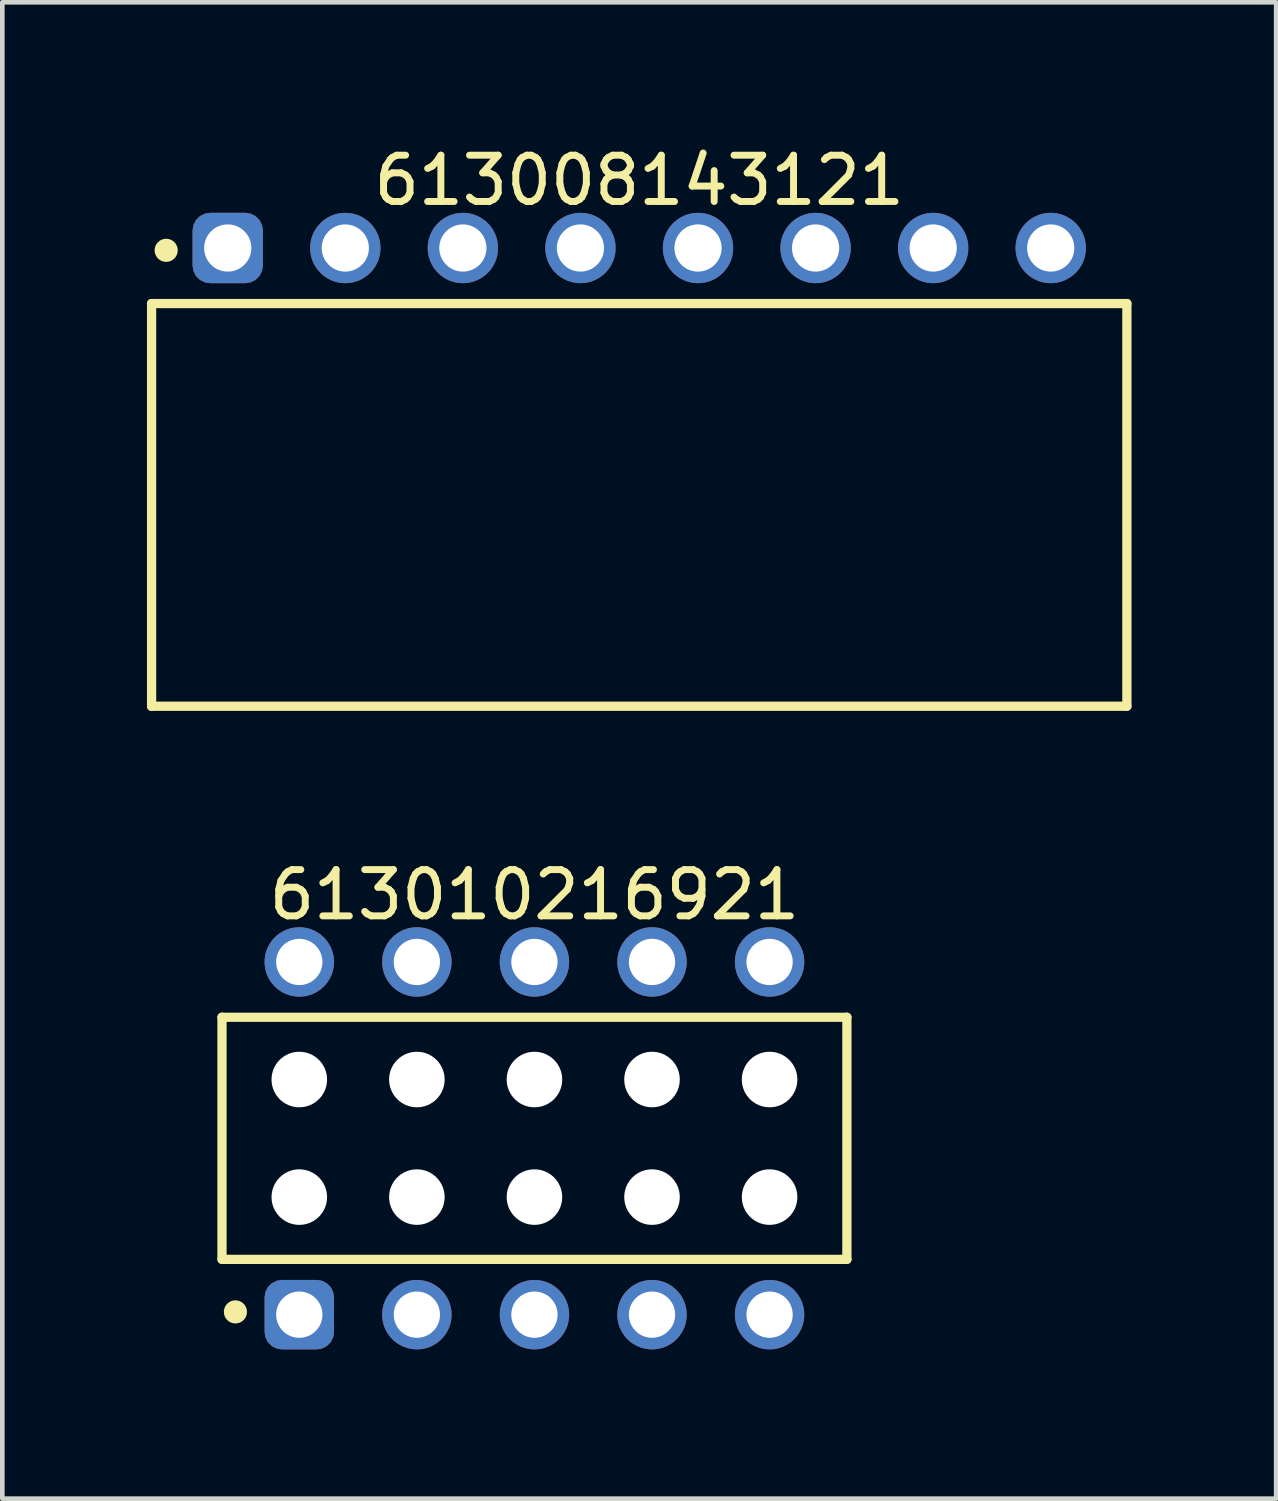
<source format=kicad_pcb>
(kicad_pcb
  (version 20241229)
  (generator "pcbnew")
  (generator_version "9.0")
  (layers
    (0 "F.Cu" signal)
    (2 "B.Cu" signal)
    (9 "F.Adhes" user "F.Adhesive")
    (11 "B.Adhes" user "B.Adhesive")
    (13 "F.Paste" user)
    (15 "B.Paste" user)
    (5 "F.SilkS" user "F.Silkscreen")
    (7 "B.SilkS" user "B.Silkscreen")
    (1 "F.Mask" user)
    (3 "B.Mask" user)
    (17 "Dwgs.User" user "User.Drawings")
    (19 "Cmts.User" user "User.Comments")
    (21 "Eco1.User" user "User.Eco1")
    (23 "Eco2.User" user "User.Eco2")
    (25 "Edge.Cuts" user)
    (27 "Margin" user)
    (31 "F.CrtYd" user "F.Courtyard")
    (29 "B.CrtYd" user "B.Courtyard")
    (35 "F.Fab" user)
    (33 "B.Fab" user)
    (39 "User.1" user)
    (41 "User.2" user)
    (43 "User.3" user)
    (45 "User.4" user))
  (footprint "613010216921"
    (layer "F.Cu")
    (at 8.496 21.542)
    (property "Reference" "613010216921" (at 0 -5.26 0) (layer "F.SilkS") (effects (font (size 1 1) (thickness 0.15))))
    (fp_line (start -6.75 -2.615) (end 6.75 -2.615) (stroke (width 0.2) (type solid)) (layer "F.SilkS"))
    (fp_line (start -6.75 2.615) (end -6.75 -2.615) (stroke (width 0.2) (type solid)) (layer "F.SilkS"))
    (fp_line (start -6.75 2.615) (end 6.75 2.615) (stroke (width 0.2) (type solid)) (layer "F.SilkS"))
    (fp_line (start 6.75 2.615) (end 6.75 -2.615) (stroke (width 0.2) (type solid)) (layer "F.SilkS"))
    (fp_circle (center -6.46 3.75) (end -6.46 3.625) (stroke (width 0.25) (type solid)) (fill no) (layer "F.SilkS"))
    (fp_line (start -6.95 -4.76) (end 6.95 -4.76) (stroke (width 0.05) (type solid)) (layer "Eco2.User"))
    (fp_line (start -6.95 4.76) (end -6.95 -4.76) (stroke (width 0.05) (type solid)) (layer "Eco2.User"))
    (fp_line (start -6.95 4.76) (end 6.95 4.76) (stroke (width 0.05) (type solid)) (layer "Eco2.User"))
    (fp_line (start -6.6 -2.54) (end 6.6 -2.54) (stroke (width 0.1) (type solid)) (layer "Eco2.User"))
    (fp_line (start -6.6 2.54) (end -6.6 -2.54) (stroke (width 0.1) (type solid)) (layer "Eco2.User"))
    (fp_line (start -6.6 2.54) (end 6.6 2.54) (stroke (width 0.1) (type solid)) (layer "Eco2.User"))
    (fp_line (start -5.48 -3.935) (end -4.68 -3.935) (stroke (width 0.1) (type solid)) (layer "Eco2.User"))
    (fp_line (start -5.48 -2.54) (end -5.48 -3.935) (stroke (width 0.1) (type solid)) (layer "Eco2.User"))
    (fp_line (start -5.48 3.935) (end -5.48 2.54) (stroke (width 0.1) (type solid)) (layer "Eco2.User"))
    (fp_line (start -5.48 3.935) (end -4.68 3.935) (stroke (width 0.1) (type solid)) (layer "Eco2.User"))
    (fp_line (start -4.68 -2.54) (end -4.68 -3.935) (stroke (width 0.1) (type solid)) (layer "Eco2.User"))
    (fp_line (start -4.68 3.935) (end -4.68 2.54) (stroke (width 0.1) (type solid)) (layer "Eco2.User"))
    (fp_line (start -2.94 -3.935) (end -2.14 -3.935) (stroke (width 0.1) (type solid)) (layer "Eco2.User"))
    (fp_line (start -2.94 -2.54) (end -2.94 -3.935) (stroke (width 0.1) (type solid)) (layer "Eco2.User"))
    (fp_line (start -2.94 3.935) (end -2.94 2.54) (stroke (width 0.1) (type solid)) (layer "Eco2.User"))
    (fp_line (start -2.94 3.935) (end -2.14 3.935) (stroke (width 0.1) (type solid)) (layer "Eco2.User"))
    (fp_line (start -2.14 -2.54) (end -2.14 -3.935) (stroke (width 0.1) (type solid)) (layer "Eco2.User"))
    (fp_line (start -2.14 3.935) (end -2.14 2.54) (stroke (width 0.1) (type solid)) (layer "Eco2.User"))
    (fp_line (start -0.5 0) (end 0.5 0) (stroke (width 0.05) (type solid)) (layer "Eco2.User"))
    (fp_line (start -0.4 -3.935) (end 0.4 -3.935) (stroke (width 0.1) (type solid)) (layer "Eco2.User"))
    (fp_line (start -0.4 -2.54) (end -0.4 -3.935) (stroke (width 0.1) (type solid)) (layer "Eco2.User"))
    (fp_line (start -0.4 3.935) (end -0.4 2.54) (stroke (width 0.1) (type solid)) (layer "Eco2.User"))
    (fp_line (start -0.4 3.935) (end 0.4 3.935) (stroke (width 0.1) (type solid)) (layer "Eco2.User"))
    (fp_line (start 0 0.5) (end 0 -0.5) (stroke (width 0.05) (type solid)) (layer "Eco2.User"))
    (fp_line (start 0.4 -2.54) (end 0.4 -3.935) (stroke (width 0.1) (type solid)) (layer "Eco2.User"))
    (fp_line (start 0.4 3.935) (end 0.4 2.54) (stroke (width 0.1) (type solid)) (layer "Eco2.User"))
    (fp_line (start 2.14 -3.935) (end 2.94 -3.935) (stroke (width 0.1) (type solid)) (layer "Eco2.User"))
    (fp_line (start 2.14 -2.54) (end 2.14 -3.935) (stroke (width 0.1) (type solid)) (layer "Eco2.User"))
    (fp_line (start 2.14 3.935) (end 2.14 2.54) (stroke (width 0.1) (type solid)) (layer "Eco2.User"))
    (fp_line (start 2.14 3.935) (end 2.94 3.935) (stroke (width 0.1) (type solid)) (layer "Eco2.User"))
    (fp_line (start 2.94 -2.54) (end 2.94 -3.935) (stroke (width 0.1) (type solid)) (layer "Eco2.User"))
    (fp_line (start 2.94 3.935) (end 2.94 2.54) (stroke (width 0.1) (type solid)) (layer "Eco2.User"))
    (fp_line (start 4.68 -3.935) (end 5.48 -3.935) (stroke (width 0.1) (type solid)) (layer "Eco2.User"))
    (fp_line (start 4.68 -2.54) (end 4.68 -3.935) (stroke (width 0.1) (type solid)) (layer "Eco2.User"))
    (fp_line (start 4.68 3.935) (end 4.68 2.54) (stroke (width 0.1) (type solid)) (layer "Eco2.User"))
    (fp_line (start 4.68 3.935) (end 5.48 3.935) (stroke (width 0.1) (type solid)) (layer "Eco2.User"))
    (fp_line (start 5.48 -2.54) (end 5.48 -3.935) (stroke (width 0.1) (type solid)) (layer "Eco2.User"))
    (fp_line (start 5.48 3.935) (end 5.48 2.54) (stroke (width 0.1) (type solid)) (layer "Eco2.User"))
    (fp_line (start 6.6 2.54) (end 6.6 -2.54) (stroke (width 0.1) (type solid)) (layer "Eco2.User"))
    (fp_line (start 6.95 4.76) (end 6.95 -4.76) (stroke (width 0.05) (type solid)) (layer "Eco2.User"))
    (fp_text user "${REFERENCE}" (at 0.15 -0.197 0) (unlocked yes) (layer "User.3") (effects (font (size 1.5 1.5) (thickness 0.15))))
    (pad "" np_thru_hole circle (at -5.08 -1.27) (size 1.2 1.2) (drill 1.2) (layers "*.Cu" "*.Mask"))
    (pad "" np_thru_hole circle (at -5.08 1.27) (size 1.2 1.2) (drill 1.2) (layers "*.Cu" "*.Mask"))
    (pad "" np_thru_hole circle (at -2.54 -1.27) (size 1.2 1.2) (drill 1.2) (layers "*.Cu" "*.Mask"))
    (pad "" np_thru_hole circle (at -2.54 1.27) (size 1.2 1.2) (drill 1.2) (layers "*.Cu" "*.Mask"))
    (pad "" np_thru_hole circle (at 0 -1.27) (size 1.2 1.2) (drill 1.2) (layers "*.Cu" "*.Mask"))
    (pad "" np_thru_hole circle (at 0 1.27) (size 1.2 1.2) (drill 1.2) (layers "*.Cu" "*.Mask"))
    (pad "" np_thru_hole circle (at 2.54 -1.27) (size 1.2 1.2) (drill 1.2) (layers "*.Cu" "*.Mask"))
    (pad "" np_thru_hole circle (at 2.54 1.27) (size 1.2 1.2) (drill 1.2) (layers "*.Cu" "*.Mask"))
    (pad "" np_thru_hole circle (at 5.08 -1.27) (size 1.2 1.2) (drill 1.2) (layers "*.Cu" "*.Mask"))
    (pad "" np_thru_hole circle (at 5.08 1.27) (size 1.2 1.2) (drill 1.2) (layers "*.Cu" "*.Mask"))
    (pad "1" thru_hole roundrect (at -5.08 3.81) (size 1.5 1.5) (drill 1) (layers "*.Cu" "*.Mask") (roundrect_rratio 0.25))
    (pad "2" thru_hole circle (at -5.08 -3.81) (size 1.5 1.5) (drill 1) (layers "*.Cu" "*.Mask"))
    (pad "3" thru_hole circle (at -2.54 3.81) (size 1.5 1.5) (drill 1) (layers "*.Cu" "*.Mask"))
    (pad "4" thru_hole circle (at -2.54 -3.81) (size 1.5 1.5) (drill 1) (layers "*.Cu" "*.Mask"))
    (pad "5" thru_hole circle (at 0 3.81) (size 1.5 1.5) (drill 1) (layers "*.Cu" "*.Mask"))
    (pad "6" thru_hole circle (at 0 -3.81) (size 1.5 1.5) (drill 1) (layers "*.Cu" "*.Mask"))
    (pad "7" thru_hole circle (at 2.54 3.81) (size 1.5 1.5) (drill 1) (layers "*.Cu" "*.Mask"))
    (pad "8" thru_hole circle (at 2.54 -3.81) (size 1.5 1.5) (drill 1) (layers "*.Cu" "*.Mask"))
    (pad "9" thru_hole circle (at 5.08 3.81) (size 1.5 1.5) (drill 1) (layers "*.Cu" "*.Mask"))
    (pad "10" thru_hole circle (at 5.08 -3.81) (size 1.5 1.5) (drill 1) (layers "*.Cu" "*.Mask")))
  (footprint "613008143121"
    (layer "F.Cu")
    (at 10.76 7.858)
    (property "Reference" "613008143121" (at 0 -7.01 0) (layer "F.SilkS") (effects (font (size 1 1) (thickness 0.15))))
    (fp_line (start -10.535 -4.35) (end 10.535 -4.35) (stroke (width 0.2) (type solid)) (layer "F.SilkS"))
    (fp_line (start -10.535 4.35) (end -10.535 -4.35) (stroke (width 0.2) (type solid)) (layer "F.SilkS"))
    (fp_line (start -10.535 4.35) (end 10.535 4.35) (stroke (width 0.2) (type solid)) (layer "F.SilkS"))
    (fp_line (start 10.535 4.35) (end 10.535 -4.35) (stroke (width 0.2) (type solid)) (layer "F.SilkS"))
    (fp_circle (center -10.22 -5.5) (end -10.22 -5.625) (stroke (width 0.25) (type solid)) (fill no) (layer "F.SilkS"))
    (fp_line (start -10.735 -6.51) (end 10.735 -6.51) (stroke (width 0.05) (type solid)) (layer "Eco2.User"))
    (fp_line (start -10.735 4.55) (end -10.735 -6.51) (stroke (width 0.05) (type solid)) (layer "Eco2.User"))
    (fp_line (start -10.735 4.55) (end 10.735 4.55) (stroke (width 0.05) (type solid)) (layer "Eco2.User"))
    (fp_line (start -10.41 -4.25) (end 10.41 -4.25) (stroke (width 0.1) (type solid)) (layer "Eco2.User"))
    (fp_line (start -10.41 4.25) (end -10.41 -4.25) (stroke (width 0.1) (type solid)) (layer "Eco2.User"))
    (fp_line (start -10.41 4.25) (end 10.41 4.25) (stroke (width 0.1) (type solid)) (layer "Eco2.User"))
    (fp_line (start -9.26 -5.75) (end -8.52 -5.75) (stroke (width 0.1) (type solid)) (layer "Eco2.User"))
    (fp_line (start -9.26 -4.25) (end -9.26 -5.75) (stroke (width 0.1) (type solid)) (layer "Eco2.User"))
    (fp_line (start -8.52 -4.25) (end -8.52 -5.75) (stroke (width 0.1) (type solid)) (layer "Eco2.User"))
    (fp_line (start -6.72 -5.75) (end -5.98 -5.75) (stroke (width 0.1) (type solid)) (layer "Eco2.User"))
    (fp_line (start -6.72 -4.25) (end -6.72 -5.75) (stroke (width 0.1) (type solid)) (layer "Eco2.User"))
    (fp_line (start -5.98 -4.25) (end -5.98 -5.75) (stroke (width 0.1) (type solid)) (layer "Eco2.User"))
    (fp_line (start -4.18 -5.75) (end -3.44 -5.75) (stroke (width 0.1) (type solid)) (layer "Eco2.User"))
    (fp_line (start -4.18 -4.25) (end -4.18 -5.75) (stroke (width 0.1) (type solid)) (layer "Eco2.User"))
    (fp_line (start -3.44 -4.25) (end -3.44 -5.75) (stroke (width 0.1) (type solid)) (layer "Eco2.User"))
    (fp_line (start -1.64 -5.75) (end -0.9 -5.75) (stroke (width 0.1) (type solid)) (layer "Eco2.User"))
    (fp_line (start -1.64 -4.25) (end -1.64 -5.75) (stroke (width 0.1) (type solid)) (layer "Eco2.User"))
    (fp_line (start -0.9 -4.25) (end -0.9 -5.75) (stroke (width 0.1) (type solid)) (layer "Eco2.User"))
    (fp_line (start -0.5 0) (end 0.5 0) (stroke (width 0.05) (type solid)) (layer "Eco2.User"))
    (fp_line (start 0 0.5) (end 0 -0.5) (stroke (width 0.05) (type solid)) (layer "Eco2.User"))
    (fp_line (start 0.9 -5.75) (end 1.64 -5.75) (stroke (width 0.1) (type solid)) (layer "Eco2.User"))
    (fp_line (start 0.9 -4.25) (end 0.9 -5.75) (stroke (width 0.1) (type solid)) (layer "Eco2.User"))
    (fp_line (start 1.64 -4.25) (end 1.64 -5.75) (stroke (width 0.1) (type solid)) (layer "Eco2.User"))
    (fp_line (start 3.44 -5.75) (end 4.18 -5.75) (stroke (width 0.1) (type solid)) (layer "Eco2.User"))
    (fp_line (start 3.44 -4.25) (end 3.44 -5.75) (stroke (width 0.1) (type solid)) (layer "Eco2.User"))
    (fp_line (start 4.18 -4.25) (end 4.18 -5.75) (stroke (width 0.1) (type solid)) (layer "Eco2.User"))
    (fp_line (start 5.98 -5.75) (end 6.72 -5.75) (stroke (width 0.1) (type solid)) (layer "Eco2.User"))
    (fp_line (start 5.98 -4.25) (end 5.98 -5.75) (stroke (width 0.1) (type solid)) (layer "Eco2.User"))
    (fp_line (start 6.72 -4.25) (end 6.72 -5.75) (stroke (width 0.1) (type solid)) (layer "Eco2.User"))
    (fp_line (start 8.52 -5.75) (end 9.26 -5.75) (stroke (width 0.1) (type solid)) (layer "Eco2.User"))
    (fp_line (start 8.52 -4.25) (end 8.52 -5.75) (stroke (width 0.1) (type solid)) (layer "Eco2.User"))
    (fp_line (start 9.26 -4.25) (end 9.26 -5.75) (stroke (width 0.1) (type solid)) (layer "Eco2.User"))
    (fp_line (start 10.41 4.25) (end 10.41 -4.25) (stroke (width 0.1) (type solid)) (layer "Eco2.User"))
    (fp_line (start 10.735 4.55) (end 10.735 -6.51) (stroke (width 0.05) (type solid)) (layer "Eco2.User"))
    (fp_text user "${REFERENCE}" (at 0.15 -0.197 0) (unlocked yes) (layer "User.3") (effects (font (size 1.5 1.5) (thickness 0.15))))
    (pad "1" thru_hole roundrect (at -8.89 -5.55) (size 1.52 1.52) (drill 1.02) (layers "*.Cu" "*.Mask") (roundrect_rratio 0.25))
    (pad "2" thru_hole circle (at -6.35 -5.55) (size 1.52 1.52) (drill 1.02) (layers "*.Cu" "*.Mask"))
    (pad "3" thru_hole circle (at -3.81 -5.55) (size 1.52 1.52) (drill 1.02) (layers "*.Cu" "*.Mask"))
    (pad "4" thru_hole circle (at -1.27 -5.55) (size 1.52 1.52) (drill 1.02) (layers "*.Cu" "*.Mask"))
    (pad "5" thru_hole circle (at 1.27 -5.55) (size 1.52 1.52) (drill 1.02) (layers "*.Cu" "*.Mask"))
    (pad "6" thru_hole circle (at 3.81 -5.55) (size 1.52 1.52) (drill 1.02) (layers "*.Cu" "*.Mask"))
    (pad "7" thru_hole circle (at 6.35 -5.55) (size 1.52 1.52) (drill 1.02) (layers "*.Cu" "*.Mask"))
    (pad "8" thru_hole circle (at 8.89 -5.55) (size 1.52 1.52) (drill 1.02) (layers "*.Cu" "*.Mask")))
  (gr_rect
    (start -3 -3)
    (end 24.52 29.327)
    (stroke (width 0.1) (type default))
    (fill no)
    (layer "Edge.Cuts")))
</source>
